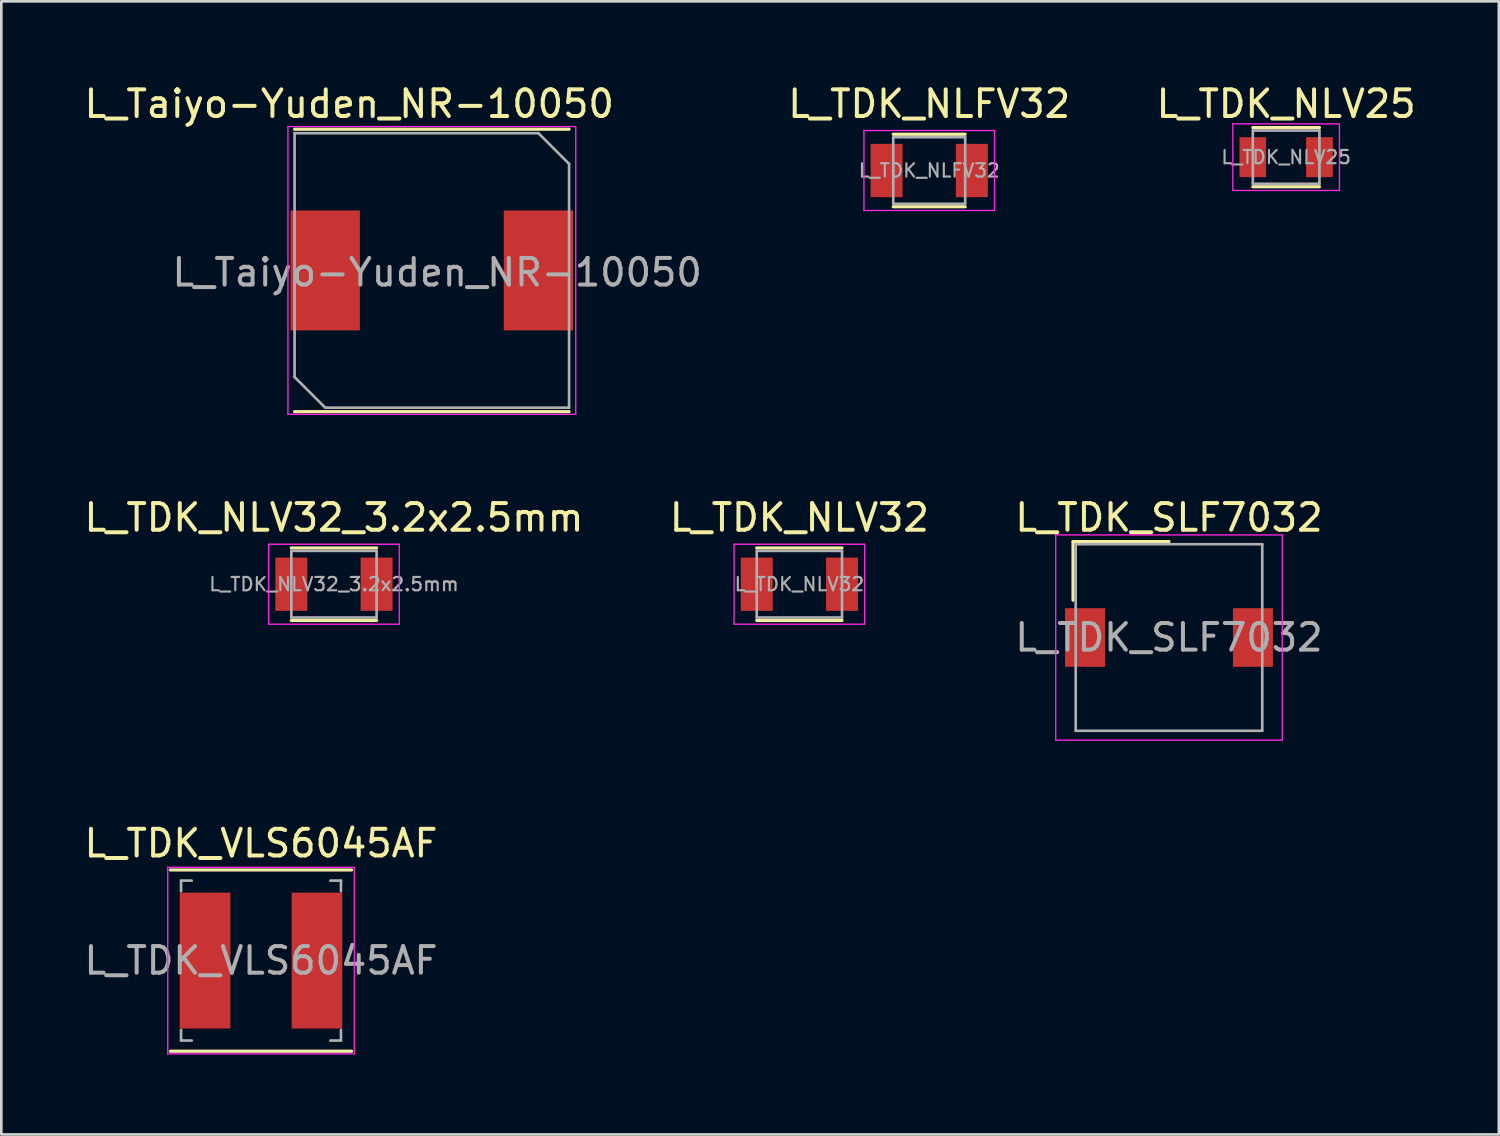
<source format=kicad_pcb>
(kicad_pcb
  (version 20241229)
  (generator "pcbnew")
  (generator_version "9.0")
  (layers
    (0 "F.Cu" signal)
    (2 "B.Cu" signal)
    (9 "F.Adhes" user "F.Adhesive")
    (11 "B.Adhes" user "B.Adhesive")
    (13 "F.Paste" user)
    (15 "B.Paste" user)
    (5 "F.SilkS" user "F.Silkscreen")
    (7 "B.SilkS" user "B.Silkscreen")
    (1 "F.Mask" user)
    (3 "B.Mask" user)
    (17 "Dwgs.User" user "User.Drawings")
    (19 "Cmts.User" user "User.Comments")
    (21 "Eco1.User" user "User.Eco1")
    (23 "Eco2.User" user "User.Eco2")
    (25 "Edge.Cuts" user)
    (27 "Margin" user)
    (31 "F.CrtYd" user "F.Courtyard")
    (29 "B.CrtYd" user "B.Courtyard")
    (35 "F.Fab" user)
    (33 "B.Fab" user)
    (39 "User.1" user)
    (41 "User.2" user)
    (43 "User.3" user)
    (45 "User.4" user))
  (footprint "L_Taiyo-Yuden_NR-10050"
    (layer "F.Cu")
    (at 13.154 7.098)
    (property "Reference" "L_Taiyo-Yuden_NR-10050" (at -3.1 -6.25 0) (layer "F.SilkS") (effects (font (size 1 1) (thickness 0.15))))
    (attr smd)
    (fp_line (start -5.15 -5.3) (end 5.15 -5.3) (stroke (width 0.12) (type solid)) (layer "F.SilkS"))
    (fp_line (start -5.15 5.3) (end 5.15 5.3) (stroke (width 0.12) (type solid)) (layer "F.SilkS"))
    (fp_line (start -5.4 -5.4) (end -5.4 5.4) (stroke (width 0.05) (type solid)) (layer "F.CrtYd"))
    (fp_line (start -5.4 5.4) (end 5.4 5.4) (stroke (width 0.05) (type solid)) (layer "F.CrtYd"))
    (fp_line (start 5.4 -5.4) (end -5.4 -5.4) (stroke (width 0.05) (type solid)) (layer "F.CrtYd"))
    (fp_line (start 5.4 5.4) (end 5.4 -5.4) (stroke (width 0.05) (type solid)) (layer "F.CrtYd"))
    (fp_line (start -5.15 -5.15) (end -5.15 4) (stroke (width 0.1) (type solid)) (layer "F.Fab"))
    (fp_line (start -5.15 4) (end -4 5.15) (stroke (width 0.1) (type solid)) (layer "F.Fab"))
    (fp_line (start -4 5.15) (end 5.15 5.15) (stroke (width 0.1) (type solid)) (layer "F.Fab"))
    (fp_line (start 4 -5.15) (end -5.15 -5.15) (stroke (width 0.1) (type solid)) (layer "F.Fab"))
    (fp_line (start 4 -5.15) (end 5.15 -4) (stroke (width 0.1) (type solid)) (layer "F.Fab"))
    (fp_line (start 5.15 5.15) (end 5.15 -4) (stroke (width 0.1) (type solid)) (layer "F.Fab"))
    (fp_text user "${REFERENCE}" (at 0.2 0.075 0) (layer "F.Fab") (effects (font (size 1 1) (thickness 0.15))))
    (pad "1" smd rect (at -4 0) (size 2.6 4.5) (layers "F.Cu" "F.Mask" "F.Paste"))
    (pad "2" smd rect (at 4 0) (size 2.6 4.5) (layers "F.Cu" "F.Mask" "F.Paste")))
  (footprint "L_TDK_VLS6045AF"
    (layer "F.Cu")
    (at 6.744 32.995)
    (property "Reference" "L_TDK_VLS6045AF" (at 0 -4.4 0) (layer "F.SilkS") (effects (font (size 1 1) (thickness 0.15))))
    (attr smd)
    (fp_line (start -3.4 -3.4) (end 3.4 -3.4) (stroke (width 0.12) (type solid)) (layer "F.SilkS"))
    (fp_line (start -3.4 3.4) (end 3.4 3.4) (stroke (width 0.12) (type solid)) (layer "F.SilkS"))
    (fp_line (start -3.5 -3.5) (end -3.5 3.5) (stroke (width 0.05) (type solid)) (layer "F.CrtYd"))
    (fp_line (start -3.5 3.5) (end 3.5 3.5) (stroke (width 0.05) (type solid)) (layer "F.CrtYd"))
    (fp_line (start 3.5 -3.5) (end -3.5 -3.5) (stroke (width 0.05) (type solid)) (layer "F.CrtYd"))
    (fp_line (start 3.5 3.5) (end 3.5 -3.5) (stroke (width 0.05) (type solid)) (layer "F.CrtYd"))
    (fp_line (start -3 -3) (end -2.6 -3) (stroke (width 0.1) (type solid)) (layer "F.Fab"))
    (fp_line (start -3 -2.6) (end -3 -3) (stroke (width 0.1) (type solid)) (layer "F.Fab"))
    (fp_line (start -3 2.6) (end -3 3) (stroke (width 0.1) (type solid)) (layer "F.Fab"))
    (fp_line (start -3 3) (end -2.6 3) (stroke (width 0.1) (type solid)) (layer "F.Fab"))
    (fp_line (start 3 -3) (end 2.6 -3) (stroke (width 0.1) (type solid)) (layer "F.Fab"))
    (fp_line (start 3 -3) (end 3 -2.6) (stroke (width 0.1) (type solid)) (layer "F.Fab"))
    (fp_line (start 3 2.6) (end 3 3) (stroke (width 0.1) (type solid)) (layer "F.Fab"))
    (fp_line (start 3 3) (end 2.6 3) (stroke (width 0.1) (type solid)) (layer "F.Fab"))
    (fp_text user "${REFERENCE}" (at 0 0 0) (layer "F.Fab") (effects (font (size 1 1) (thickness 0.15))))
    (pad "1" smd rect (at -2.1 0) (size 1.9 5.1) (layers "F.Cu" "F.Mask" "F.Paste"))
    (pad "2" smd rect (at 2.1 0) (size 1.9 5.1) (layers "F.Cu" "F.Mask" "F.Paste")))
  (footprint "L_TDK_SLF7032"
    (layer "F.Cu")
    (at 40.815 20.872)
    (property "Reference" "L_TDK_SLF7032" (at 0 -4.5 0) (layer "F.SilkS") (effects (font (size 1 1) (thickness 0.15))))
    (attr smd)
    (fp_line (start -3.6 -3.6) (end 0 -3.6) (stroke (width 0.12) (type solid)) (layer "F.SilkS"))
    (fp_line (start -3.6 -1.4) (end -3.6 -3.6) (stroke (width 0.12) (type solid)) (layer "F.SilkS"))
    (fp_line (start -4.25 -3.85) (end -4.25 3.85) (stroke (width 0.05) (type solid)) (layer "F.CrtYd"))
    (fp_line (start -4.25 3.85) (end 4.25 3.85) (stroke (width 0.05) (type solid)) (layer "F.CrtYd"))
    (fp_line (start 4.25 -3.85) (end -4.25 -3.85) (stroke (width 0.05) (type solid)) (layer "F.CrtYd"))
    (fp_line (start 4.25 3.85) (end 4.25 -3.85) (stroke (width 0.05) (type solid)) (layer "F.CrtYd"))
    (fp_line (start -3.5 -3.5) (end -3.5 3.5) (stroke (width 0.1) (type solid)) (layer "F.Fab"))
    (fp_line (start -3.5 3.5) (end 3.5 3.5) (stroke (width 0.1) (type solid)) (layer "F.Fab"))
    (fp_line (start 3.5 -3.5) (end -3.5 -3.5) (stroke (width 0.1) (type solid)) (layer "F.Fab"))
    (fp_line (start 3.5 3.5) (end 3.5 -3.5) (stroke (width 0.1) (type solid)) (layer "F.Fab"))
    (fp_text user "${REFERENCE}" (at 0 0 0) (layer "F.Fab") (effects (font (size 1 1) (thickness 0.15))))
    (pad "1" smd rect (at -3.15 0) (size 1.5 2.2) (layers "F.Cu" "F.Mask" "F.Paste"))
    (pad "2" smd rect (at 3.15 0) (size 1.5 2.2) (layers "F.Cu" "F.Mask" "F.Paste")))
  (footprint "L_TDK_NLV32"
    (layer "F.Cu")
    (at 26.946 18.872)
    (property "Reference" "L_TDK_NLV32" (at 0 -2.5 0) (layer "F.SilkS") (effects (font (size 1 1) (thickness 0.15))))
    (attr smd)
    (fp_line (start -1.6 -1.36) (end 1.6 -1.36) (stroke (width 0.12) (type solid)) (layer "F.SilkS"))
    (fp_line (start 1.6 1.36) (end -1.6 1.36) (stroke (width 0.12) (type solid)) (layer "F.SilkS"))
    (fp_line (start -2.45 -1.5) (end 2.45 -1.5) (stroke (width 0.05) (type solid)) (layer "F.CrtYd"))
    (fp_line (start -2.45 1.5) (end -2.45 -1.5) (stroke (width 0.05) (type solid)) (layer "F.CrtYd"))
    (fp_line (start 2.45 -1.5) (end 2.45 1.5) (stroke (width 0.05) (type solid)) (layer "F.CrtYd"))
    (fp_line (start 2.45 1.5) (end -2.45 1.5) (stroke (width 0.05) (type solid)) (layer "F.CrtYd"))
    (fp_line (start -1.6 -1.25) (end 1.6 -1.25) (stroke (width 0.1) (type solid)) (layer "F.Fab"))
    (fp_line (start -1.6 1.25) (end -1.6 -1.25) (stroke (width 0.1) (type solid)) (layer "F.Fab"))
    (fp_line (start 1.6 -1.25) (end 1.6 1.25) (stroke (width 0.1) (type solid)) (layer "F.Fab"))
    (fp_line (start 1.6 1.25) (end -1.6 1.25) (stroke (width 0.1) (type solid)) (layer "F.Fab"))
    (fp_text user "${REFERENCE}" (at 0 0 0) (layer "F.Fab") (effects (font (size 0.5 0.5) (thickness 0.08))))
    (pad "1" smd rect (at -1.6 0) (size 1.2 2) (layers "F.Cu" "F.Mask" "F.Paste"))
    (pad "2" smd rect (at 1.6 0) (size 1.2 2) (layers "F.Cu" "F.Mask" "F.Paste")))
  (footprint "L_TDK_NLV25"
    (layer "F.Cu")
    (at 45.211 2.848)
    (property "Reference" "L_TDK_NLV25" (at 0 -2 0) (layer "F.SilkS") (effects (font (size 1 1) (thickness 0.15))))
    (attr smd)
    (fp_line (start -1.25 -1.11) (end 1.25 -1.11) (stroke (width 0.12) (type solid)) (layer "F.SilkS"))
    (fp_line (start 1.25 1.11) (end -1.25 1.11) (stroke (width 0.12) (type solid)) (layer "F.SilkS"))
    (fp_line (start -2 -1.25) (end 2 -1.25) (stroke (width 0.05) (type solid)) (layer "F.CrtYd"))
    (fp_line (start -2 1.25) (end -2 -1.25) (stroke (width 0.05) (type solid)) (layer "F.CrtYd"))
    (fp_line (start 2 -1.25) (end 2 1.25) (stroke (width 0.05) (type solid)) (layer "F.CrtYd"))
    (fp_line (start 2 1.25) (end -2 1.25) (stroke (width 0.05) (type solid)) (layer "F.CrtYd"))
    (fp_line (start -1.25 -1) (end 1.25 -1) (stroke (width 0.1) (type solid)) (layer "F.Fab"))
    (fp_line (start -1.25 1) (end -1.25 -1) (stroke (width 0.1) (type solid)) (layer "F.Fab"))
    (fp_line (start 1.25 -1) (end 1.25 1) (stroke (width 0.1) (type solid)) (layer "F.Fab"))
    (fp_line (start 1.25 1) (end -1.25 1) (stroke (width 0.1) (type solid)) (layer "F.Fab"))
    (fp_text user "${REFERENCE}" (at 0 0 0) (layer "F.Fab") (effects (font (size 0.5 0.5) (thickness 0.08))))
    (pad "1" smd rect (at -1.25 0) (size 1 1.5) (layers "F.Cu" "F.Mask" "F.Paste"))
    (pad "2" smd rect (at 1.25 0) (size 1 1.5) (layers "F.Cu" "F.Mask" "F.Paste")))
  (footprint "L_TDK_NLFV32"
    (layer "F.Cu")
    (at 31.818 3.348)
    (property "Reference" "L_TDK_NLFV32" (at 0 -2.5 0) (layer "F.SilkS") (effects (font (size 1 1) (thickness 0.15))))
    (attr smd)
    (fp_line (start -1.35 -1.36) (end 1.35 -1.36) (stroke (width 0.12) (type solid)) (layer "F.SilkS"))
    (fp_line (start 1.35 1.36) (end -1.35 1.36) (stroke (width 0.12) (type solid)) (layer "F.SilkS"))
    (fp_line (start -2.45 -1.5) (end 2.45 -1.5) (stroke (width 0.05) (type solid)) (layer "F.CrtYd"))
    (fp_line (start -2.45 1.5) (end -2.45 -1.5) (stroke (width 0.05) (type solid)) (layer "F.CrtYd"))
    (fp_line (start 2.45 -1.5) (end 2.45 1.5) (stroke (width 0.05) (type solid)) (layer "F.CrtYd"))
    (fp_line (start 2.45 1.5) (end -2.45 1.5) (stroke (width 0.05) (type solid)) (layer "F.CrtYd"))
    (fp_line (start -1.35 -1.25) (end 1.35 -1.25) (stroke (width 0.1) (type solid)) (layer "F.Fab"))
    (fp_line (start -1.35 1.25) (end -1.35 -1.25) (stroke (width 0.1) (type solid)) (layer "F.Fab"))
    (fp_line (start 1.35 -1.25) (end 1.35 1.25) (stroke (width 0.1) (type solid)) (layer "F.Fab"))
    (fp_line (start 1.35 1.25) (end -1.35 1.25) (stroke (width 0.1) (type solid)) (layer "F.Fab"))
    (fp_text user "${REFERENCE}" (at 0 0 0) (layer "F.Fab") (effects (font (size 0.5 0.5) (thickness 0.08))))
    (pad "1" smd rect (at -1.6 0) (size 1.2 2) (layers "F.Cu" "F.Mask" "F.Paste"))
    (pad "2" smd rect (at 1.6 0) (size 1.2 2) (layers "F.Cu" "F.Mask" "F.Paste")))
  (footprint "L_TDK_NLV32_3.2x2.5mm"
    (layer "F.Cu")
    (at 9.482 18.872)
    (property "Reference" "L_TDK_NLV32_3.2x2.5mm" (at 0 -2.5 0) (layer "F.SilkS") (effects (font (size 1 1) (thickness 0.15))))
    (attr smd)
    (fp_line (start -1.6 -1.36) (end 1.6 -1.36) (stroke (width 0.12) (type solid)) (layer "F.SilkS"))
    (fp_line (start 1.6 1.36) (end -1.6 1.36) (stroke (width 0.12) (type solid)) (layer "F.SilkS"))
    (fp_line (start -2.45 -1.5) (end 2.45 -1.5) (stroke (width 0.05) (type solid)) (layer "F.CrtYd"))
    (fp_line (start -2.45 1.5) (end -2.45 -1.5) (stroke (width 0.05) (type solid)) (layer "F.CrtYd"))
    (fp_line (start 2.45 -1.5) (end 2.45 1.5) (stroke (width 0.05) (type solid)) (layer "F.CrtYd"))
    (fp_line (start 2.45 1.5) (end -2.45 1.5) (stroke (width 0.05) (type solid)) (layer "F.CrtYd"))
    (fp_line (start -1.6 -1.25) (end 1.6 -1.25) (stroke (width 0.1) (type solid)) (layer "F.Fab"))
    (fp_line (start -1.6 1.25) (end -1.6 -1.25) (stroke (width 0.1) (type solid)) (layer "F.Fab"))
    (fp_line (start 1.6 -1.25) (end 1.6 1.25) (stroke (width 0.1) (type solid)) (layer "F.Fab"))
    (fp_line (start 1.6 1.25) (end -1.6 1.25) (stroke (width 0.1) (type solid)) (layer "F.Fab"))
    (fp_text user "${REFERENCE}" (at 0 0 0) (layer "F.Fab") (effects (font (size 0.5 0.5) (thickness 0.08))))
    (pad "1" smd rect (at -1.6 0) (size 1.2 2) (layers "F.Cu" "F.Mask" "F.Paste"))
    (pad "2" smd rect (at 1.6 0) (size 1.2 2) (layers "F.Cu" "F.Mask" "F.Paste")))
  (gr_rect
    (start -3 -3)
    (end 53.193 39.52)
    (stroke (width 0.1) (type default))
    (fill no)
    (layer "Edge.Cuts")))
</source>
